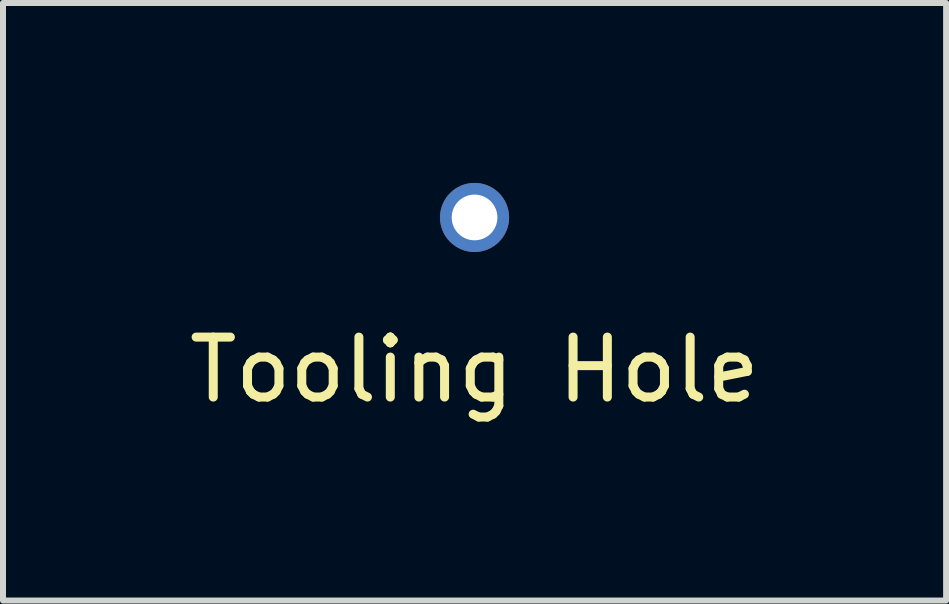
<source format=kicad_pcb>
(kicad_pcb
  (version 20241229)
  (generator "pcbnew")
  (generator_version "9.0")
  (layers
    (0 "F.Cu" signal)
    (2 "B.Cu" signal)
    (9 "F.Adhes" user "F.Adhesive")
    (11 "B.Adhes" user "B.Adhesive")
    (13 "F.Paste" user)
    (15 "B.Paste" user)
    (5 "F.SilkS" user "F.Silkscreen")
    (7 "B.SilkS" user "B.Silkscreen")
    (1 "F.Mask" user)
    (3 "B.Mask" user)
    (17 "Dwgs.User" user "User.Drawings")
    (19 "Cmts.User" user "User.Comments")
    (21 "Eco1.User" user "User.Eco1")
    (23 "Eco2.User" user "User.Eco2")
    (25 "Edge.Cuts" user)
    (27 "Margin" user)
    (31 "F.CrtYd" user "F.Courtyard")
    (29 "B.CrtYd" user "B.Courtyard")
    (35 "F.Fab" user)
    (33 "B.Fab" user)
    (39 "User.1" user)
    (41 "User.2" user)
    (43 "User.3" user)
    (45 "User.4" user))
  (footprint "Tooling Hole"
    (layer "F.Cu")
    (at 4.863 0.576)
    (property "Reference" "Tooling Hole" (at 0 2.54 0) (layer "F.SilkS") (effects (font (size 1 1) (thickness 0.15))))
    (attr through_hole)
    (pad "" np_thru_hole circle (at 0 0) (size 1.152 1.152) (drill oval 0.762) (layers "*.Cu" "*.Mask")))
  (gr_rect
    (start -3 -3)
    (end 12.726 6.964)
    (stroke (width 0.1) (type default))
    (fill no)
    (layer "Edge.Cuts")))
</source>
